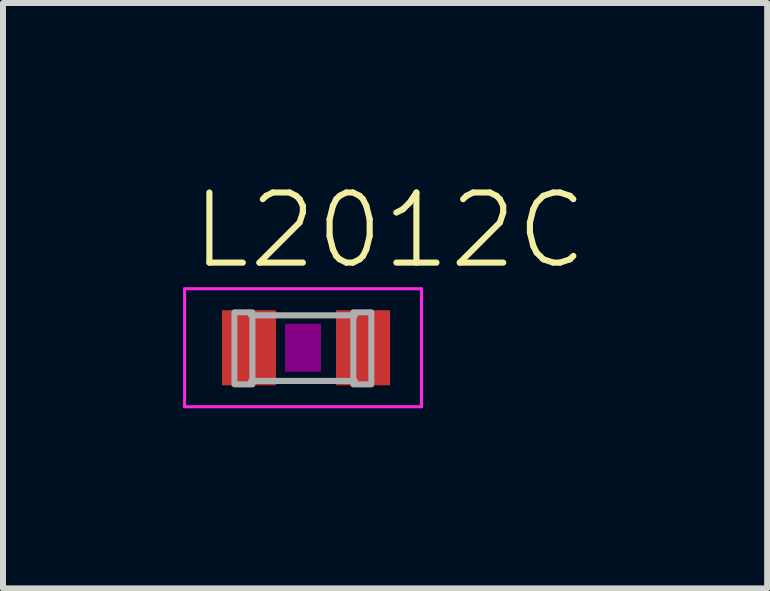
<source format=kicad_pcb>
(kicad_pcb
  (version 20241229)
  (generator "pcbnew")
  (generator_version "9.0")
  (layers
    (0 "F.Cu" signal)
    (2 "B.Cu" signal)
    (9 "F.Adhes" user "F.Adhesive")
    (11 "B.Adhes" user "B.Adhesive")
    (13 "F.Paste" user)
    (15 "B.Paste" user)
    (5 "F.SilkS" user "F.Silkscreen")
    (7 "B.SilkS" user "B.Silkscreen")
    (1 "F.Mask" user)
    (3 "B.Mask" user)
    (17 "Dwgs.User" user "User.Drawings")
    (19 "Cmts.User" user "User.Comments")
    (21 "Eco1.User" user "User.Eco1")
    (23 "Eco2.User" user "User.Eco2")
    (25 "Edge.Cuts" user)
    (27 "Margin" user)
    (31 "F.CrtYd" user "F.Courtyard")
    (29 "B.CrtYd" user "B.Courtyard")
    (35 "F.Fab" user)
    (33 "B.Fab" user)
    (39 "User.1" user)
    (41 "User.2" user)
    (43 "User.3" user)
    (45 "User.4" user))
  (footprint "L2012C"
    (layer "F.Cu")
    (at 1.998 2.743)
    (property "Reference" "L2012C" (at -1.905 -1.27 0) (layer "F.SilkS") (effects (font (size 1.168 1.168) (thickness 0.102)) (justify left bottom)))
    (fp_poly (pts (xy -0.3 0.4) (xy 0.3 0.4) (xy 0.3 -0.4) (xy -0.3 -0.4)) (stroke (width 0) (type default)) (fill yes) (layer "F.Adhes"))
    (fp_line (start -1.973 -0.983) (end 1.973 -0.983) (stroke (width 0.051) (type solid)) (layer "F.CrtYd"))
    (fp_line (start -1.973 0.983) (end -1.973 -0.983) (stroke (width 0.051) (type solid)) (layer "F.CrtYd"))
    (fp_line (start 1.973 -0.983) (end 1.973 0.983) (stroke (width 0.051) (type solid)) (layer "F.CrtYd"))
    (fp_line (start 1.973 0.983) (end -1.973 0.983) (stroke (width 0.051) (type solid)) (layer "F.CrtYd"))
    (fp_line (start -0.864 -0.54) (end 0.864 -0.54) (stroke (width 0.102) (type solid)) (layer "F.Fab"))
    (fp_line (start -0.864 0.553) (end 0.864 0.553) (stroke (width 0.102) (type solid)) (layer "F.Fab"))
    (fp_poly (pts (xy -1.143 0.61) (xy -0.843 0.61) (xy -0.843 -0.59) (xy -1.143 -0.59)) (stroke (width 0.1) (type default)) (fill no) (layer "F.Fab"))
    (fp_poly (pts (xy 0.838 0.61) (xy 1.138 0.61) (xy 1.138 -0.59) (xy 0.838 -0.59)) (stroke (width 0.1) (type default)) (fill no) (layer "F.Fab"))
    (pad "1" smd rect (at -0.9 0) (size 0.9 1.25) (layers "F.Cu" "F.Mask" "F.Paste"))
    (pad "2" smd rect (at 1 0) (size 0.9 1.25) (layers "F.Cu" "F.Mask" "F.Paste")))
  (gr_rect
    (start -3 -3)
    (end 9.73 6.752)
    (stroke (width 0.1) (type default))
    (fill no)
    (layer "Edge.Cuts")))
</source>
